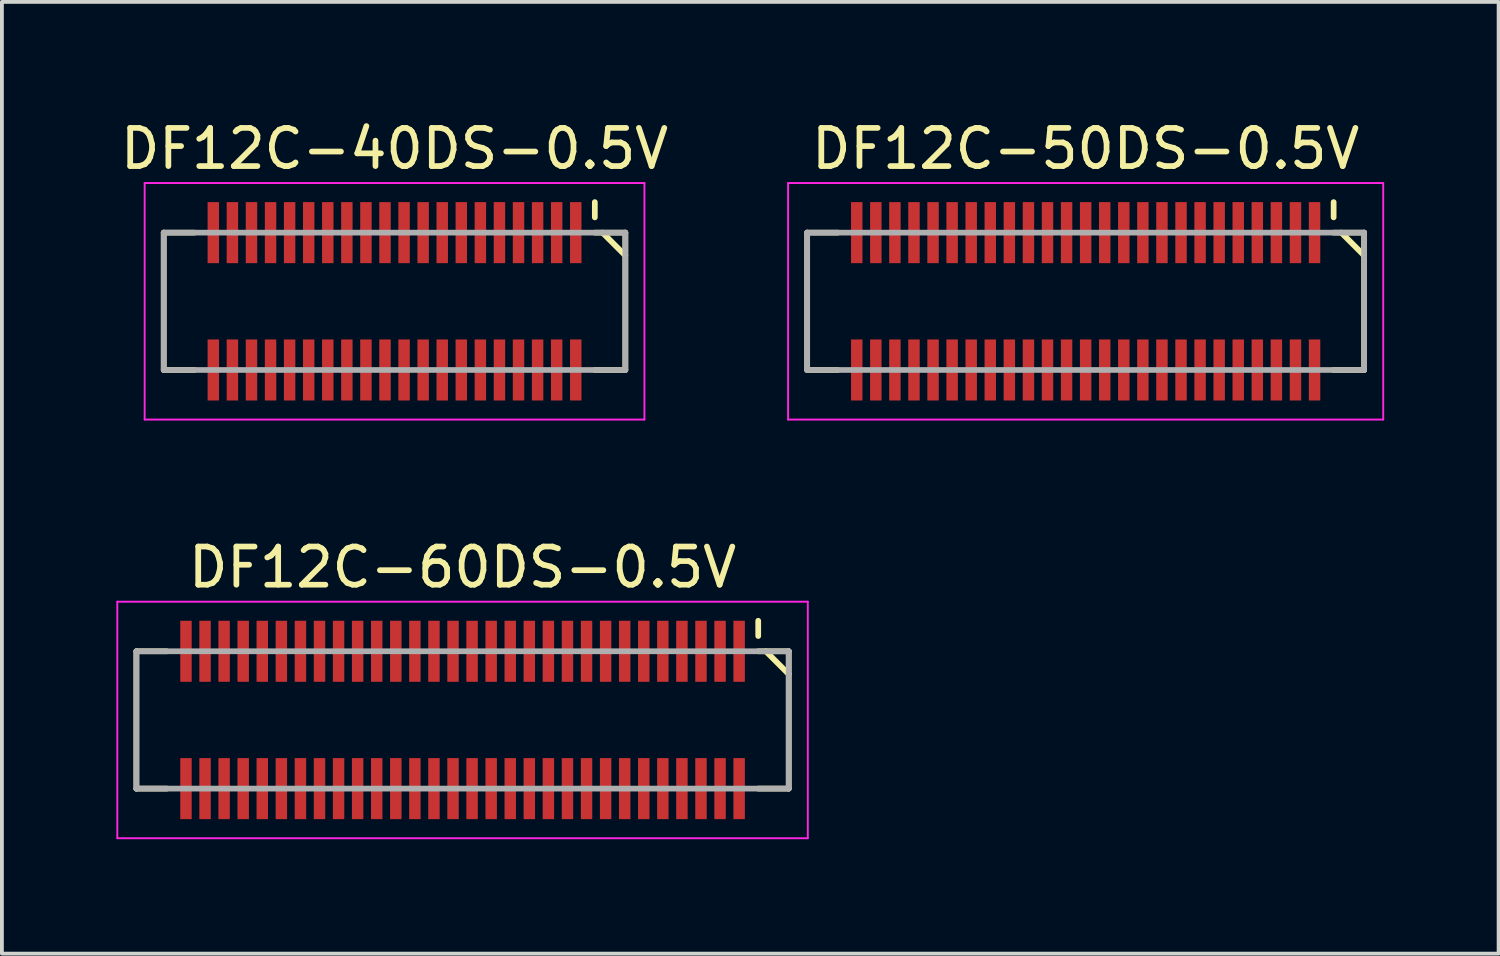
<source format=kicad_pcb>
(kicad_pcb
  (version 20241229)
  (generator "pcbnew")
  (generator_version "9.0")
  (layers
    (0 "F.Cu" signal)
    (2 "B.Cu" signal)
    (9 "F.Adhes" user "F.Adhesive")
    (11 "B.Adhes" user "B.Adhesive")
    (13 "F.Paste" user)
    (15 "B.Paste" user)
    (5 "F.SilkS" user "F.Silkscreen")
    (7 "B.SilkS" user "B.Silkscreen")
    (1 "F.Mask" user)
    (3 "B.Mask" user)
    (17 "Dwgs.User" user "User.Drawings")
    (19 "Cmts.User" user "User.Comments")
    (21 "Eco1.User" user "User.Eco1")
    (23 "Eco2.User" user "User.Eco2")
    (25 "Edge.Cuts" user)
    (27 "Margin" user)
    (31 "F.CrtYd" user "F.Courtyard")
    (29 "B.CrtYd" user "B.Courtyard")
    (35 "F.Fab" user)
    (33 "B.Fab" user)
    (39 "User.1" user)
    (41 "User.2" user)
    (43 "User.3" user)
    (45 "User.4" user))
  (footprint "DF12C-40DS-0.5V"
    (layer "F.Cu")
    (at 7.292 4.848)
    (property "Reference" "DF12C-40DS-0.5V" (at 0 -4 0) (layer "F.SilkS") (effects (font (size 1 1) (thickness 0.15))))
    (attr smd)
    (fp_line (start -6.05 -1.8) (end -6.05 1.8) (stroke (width 0.15) (type solid)) (layer "F.SilkS"))
    (fp_line (start -6.05 -1.8) (end -5.25 -1.8) (stroke (width 0.15) (type solid)) (layer "F.SilkS"))
    (fp_line (start -6.05 1.8) (end -5.25 1.8) (stroke (width 0.15) (type solid)) (layer "F.SilkS"))
    (fp_line (start 5.25 -2.6) (end 5.25 -2.2) (stroke (width 0.15) (type solid)) (layer "F.SilkS"))
    (fp_line (start 5.25 -1.8) (end 6.05 -1.8) (stroke (width 0.15) (type solid)) (layer "F.SilkS"))
    (fp_line (start 5.25 1.8) (end 6.05 1.8) (stroke (width 0.15) (type solid)) (layer "F.SilkS"))
    (fp_line (start 5.45 -1.8) (end 6.05 -1.2) (stroke (width 0.15) (type solid)) (layer "F.SilkS"))
    (fp_line (start 6.05 -1.8) (end 6.05 1.8) (stroke (width 0.15) (type solid)) (layer "F.SilkS"))
    (fp_line (start -6.55 -3.1) (end -6.55 3.1) (stroke (width 0.05) (type solid)) (layer "F.CrtYd"))
    (fp_line (start -6.55 -3.1) (end 6.55 -3.1) (stroke (width 0.05) (type solid)) (layer "F.CrtYd"))
    (fp_line (start -6.55 3.1) (end 6.55 3.1) (stroke (width 0.05) (type solid)) (layer "F.CrtYd"))
    (fp_line (start 6.55 -3.1) (end 6.55 3.1) (stroke (width 0.05) (type solid)) (layer "F.CrtYd"))
    (fp_line (start -6.05 -1.8) (end -6.05 1.8) (stroke (width 0.15) (type solid)) (layer "F.Fab"))
    (fp_line (start -6.05 -1.8) (end 6.05 -1.8) (stroke (width 0.15) (type solid)) (layer "F.Fab"))
    (fp_line (start -6.05 1.8) (end 6.05 1.8) (stroke (width 0.15) (type solid)) (layer "F.Fab"))
    (fp_line (start 6.05 -1.8) (end 6.05 1.8) (stroke (width 0.15) (type solid)) (layer "F.Fab"))
    (pad "1" smd rect (at 4.75 -1.8) (size 0.3 1.6) (layers "F.Cu" "F.Mask" "F.Paste"))
    (pad "2" smd rect (at 4.75 1.8) (size 0.3 1.6) (layers "F.Cu" "F.Mask" "F.Paste"))
    (pad "3" smd rect (at 4.25 -1.8) (size 0.3 1.6) (layers "F.Cu" "F.Mask" "F.Paste"))
    (pad "4" smd rect (at 4.25 1.8) (size 0.3 1.6) (layers "F.Cu" "F.Mask" "F.Paste"))
    (pad "5" smd rect (at 3.75 -1.8) (size 0.3 1.6) (layers "F.Cu" "F.Mask" "F.Paste"))
    (pad "6" smd rect (at 3.75 1.8) (size 0.3 1.6) (layers "F.Cu" "F.Mask" "F.Paste"))
    (pad "7" smd rect (at 3.25 -1.8) (size 0.3 1.6) (layers "F.Cu" "F.Mask" "F.Paste"))
    (pad "8" smd rect (at 3.25 1.8) (size 0.3 1.6) (layers "F.Cu" "F.Mask" "F.Paste"))
    (pad "9" smd rect (at 2.75 -1.8) (size 0.3 1.6) (layers "F.Cu" "F.Mask" "F.Paste"))
    (pad "10" smd rect (at 2.75 1.8) (size 0.3 1.6) (layers "F.Cu" "F.Mask" "F.Paste"))
    (pad "11" smd rect (at 2.25 -1.8) (size 0.3 1.6) (layers "F.Cu" "F.Mask" "F.Paste"))
    (pad "12" smd rect (at 2.25 1.8) (size 0.3 1.6) (layers "F.Cu" "F.Mask" "F.Paste"))
    (pad "13" smd rect (at 1.75 -1.8) (size 0.3 1.6) (layers "F.Cu" "F.Mask" "F.Paste"))
    (pad "14" smd rect (at 1.75 1.8) (size 0.3 1.6) (layers "F.Cu" "F.Mask" "F.Paste"))
    (pad "15" smd rect (at 1.25 -1.8) (size 0.3 1.6) (layers "F.Cu" "F.Mask" "F.Paste"))
    (pad "16" smd rect (at 1.25 1.8) (size 0.3 1.6) (layers "F.Cu" "F.Mask" "F.Paste"))
    (pad "17" smd rect (at 0.75 -1.8) (size 0.3 1.6) (layers "F.Cu" "F.Mask" "F.Paste"))
    (pad "18" smd rect (at 0.75 1.8) (size 0.3 1.6) (layers "F.Cu" "F.Mask" "F.Paste"))
    (pad "19" smd rect (at 0.25 -1.8) (size 0.3 1.6) (layers "F.Cu" "F.Mask" "F.Paste"))
    (pad "20" smd rect (at 0.25 1.8) (size 0.3 1.6) (layers "F.Cu" "F.Mask" "F.Paste"))
    (pad "21" smd rect (at -0.25 -1.8) (size 0.3 1.6) (layers "F.Cu" "F.Mask" "F.Paste"))
    (pad "22" smd rect (at -0.25 1.8) (size 0.3 1.6) (layers "F.Cu" "F.Mask" "F.Paste"))
    (pad "23" smd rect (at -0.75 -1.8) (size 0.3 1.6) (layers "F.Cu" "F.Mask" "F.Paste"))
    (pad "24" smd rect (at -0.75 1.8) (size 0.3 1.6) (layers "F.Cu" "F.Mask" "F.Paste"))
    (pad "25" smd rect (at -1.25 -1.8) (size 0.3 1.6) (layers "F.Cu" "F.Mask" "F.Paste"))
    (pad "26" smd rect (at -1.25 1.8) (size 0.3 1.6) (layers "F.Cu" "F.Mask" "F.Paste"))
    (pad "27" smd rect (at -1.75 -1.8) (size 0.3 1.6) (layers "F.Cu" "F.Mask" "F.Paste"))
    (pad "28" smd rect (at -1.75 1.8) (size 0.3 1.6) (layers "F.Cu" "F.Mask" "F.Paste"))
    (pad "29" smd rect (at -2.25 -1.8) (size 0.3 1.6) (layers "F.Cu" "F.Mask" "F.Paste"))
    (pad "30" smd rect (at -2.25 1.8) (size 0.3 1.6) (layers "F.Cu" "F.Mask" "F.Paste"))
    (pad "31" smd rect (at -2.75 -1.8) (size 0.3 1.6) (layers "F.Cu" "F.Mask" "F.Paste"))
    (pad "32" smd rect (at -2.75 1.8) (size 0.3 1.6) (layers "F.Cu" "F.Mask" "F.Paste"))
    (pad "33" smd rect (at -3.25 -1.8) (size 0.3 1.6) (layers "F.Cu" "F.Mask" "F.Paste"))
    (pad "34" smd rect (at -3.25 1.8) (size 0.3 1.6) (layers "F.Cu" "F.Mask" "F.Paste"))
    (pad "35" smd rect (at -3.75 -1.8) (size 0.3 1.6) (layers "F.Cu" "F.Mask" "F.Paste"))
    (pad "36" smd rect (at -3.75 1.8) (size 0.3 1.6) (layers "F.Cu" "F.Mask" "F.Paste"))
    (pad "37" smd rect (at -4.25 -1.8) (size 0.3 1.6) (layers "F.Cu" "F.Mask" "F.Paste"))
    (pad "38" smd rect (at -4.25 1.8) (size 0.3 1.6) (layers "F.Cu" "F.Mask" "F.Paste"))
    (pad "39" smd rect (at -4.75 -1.8) (size 0.3 1.6) (layers "F.Cu" "F.Mask" "F.Paste"))
    (pad "40" smd rect (at -4.75 1.8) (size 0.3 1.6) (layers "F.Cu" "F.Mask" "F.Paste")))
  (footprint "DF12C-50DS-0.5V"
    (layer "F.Cu")
    (at 25.408 4.848)
    (property "Reference" "DF12C-50DS-0.5V" (at 0 -4 0) (layer "F.SilkS") (effects (font (size 1 1) (thickness 0.15))))
    (attr smd)
    (fp_line (start -7.3 -1.8) (end -7.3 1.8) (stroke (width 0.15) (type solid)) (layer "F.SilkS"))
    (fp_line (start -7.3 -1.8) (end -6.5 -1.8) (stroke (width 0.15) (type solid)) (layer "F.SilkS"))
    (fp_line (start -7.3 1.8) (end -6.5 1.8) (stroke (width 0.15) (type solid)) (layer "F.SilkS"))
    (fp_line (start 6.5 -2.6) (end 6.5 -2.2) (stroke (width 0.15) (type solid)) (layer "F.SilkS"))
    (fp_line (start 6.5 -1.8) (end 7.3 -1.8) (stroke (width 0.15) (type solid)) (layer "F.SilkS"))
    (fp_line (start 6.5 1.8) (end 7.3 1.8) (stroke (width 0.15) (type solid)) (layer "F.SilkS"))
    (fp_line (start 6.7 -1.8) (end 7.3 -1.2) (stroke (width 0.15) (type solid)) (layer "F.SilkS"))
    (fp_line (start 7.3 -1.8) (end 7.3 1.8) (stroke (width 0.15) (type solid)) (layer "F.SilkS"))
    (fp_line (start -7.8 -3.1) (end -7.8 3.1) (stroke (width 0.05) (type solid)) (layer "F.CrtYd"))
    (fp_line (start -7.8 -3.1) (end 7.8 -3.1) (stroke (width 0.05) (type solid)) (layer "F.CrtYd"))
    (fp_line (start -7.8 3.1) (end 7.8 3.1) (stroke (width 0.05) (type solid)) (layer "F.CrtYd"))
    (fp_line (start 7.8 -3.1) (end 7.8 3.1) (stroke (width 0.05) (type solid)) (layer "F.CrtYd"))
    (fp_line (start -7.3 -1.8) (end -7.3 1.8) (stroke (width 0.15) (type solid)) (layer "F.Fab"))
    (fp_line (start -7.3 -1.8) (end 7.3 -1.8) (stroke (width 0.15) (type solid)) (layer "F.Fab"))
    (fp_line (start -7.3 1.8) (end 7.3 1.8) (stroke (width 0.15) (type solid)) (layer "F.Fab"))
    (fp_line (start 7.3 -1.8) (end 7.3 1.8) (stroke (width 0.15) (type solid)) (layer "F.Fab"))
    (pad "1" smd rect (at 6 -1.8) (size 0.3 1.6) (layers "F.Cu" "F.Mask" "F.Paste"))
    (pad "2" smd rect (at 6 1.8) (size 0.3 1.6) (layers "F.Cu" "F.Mask" "F.Paste"))
    (pad "3" smd rect (at 5.5 -1.8) (size 0.3 1.6) (layers "F.Cu" "F.Mask" "F.Paste"))
    (pad "4" smd rect (at 5.5 1.8) (size 0.3 1.6) (layers "F.Cu" "F.Mask" "F.Paste"))
    (pad "5" smd rect (at 5 -1.8) (size 0.3 1.6) (layers "F.Cu" "F.Mask" "F.Paste"))
    (pad "6" smd rect (at 5 1.8) (size 0.3 1.6) (layers "F.Cu" "F.Mask" "F.Paste"))
    (pad "7" smd rect (at 4.5 -1.8) (size 0.3 1.6) (layers "F.Cu" "F.Mask" "F.Paste"))
    (pad "8" smd rect (at 4.5 1.8) (size 0.3 1.6) (layers "F.Cu" "F.Mask" "F.Paste"))
    (pad "9" smd rect (at 4 -1.8) (size 0.3 1.6) (layers "F.Cu" "F.Mask" "F.Paste"))
    (pad "10" smd rect (at 4 1.8) (size 0.3 1.6) (layers "F.Cu" "F.Mask" "F.Paste"))
    (pad "11" smd rect (at 3.5 -1.8) (size 0.3 1.6) (layers "F.Cu" "F.Mask" "F.Paste"))
    (pad "12" smd rect (at 3.5 1.8) (size 0.3 1.6) (layers "F.Cu" "F.Mask" "F.Paste"))
    (pad "13" smd rect (at 3 -1.8) (size 0.3 1.6) (layers "F.Cu" "F.Mask" "F.Paste"))
    (pad "14" smd rect (at 3 1.8) (size 0.3 1.6) (layers "F.Cu" "F.Mask" "F.Paste"))
    (pad "15" smd rect (at 2.5 -1.8) (size 0.3 1.6) (layers "F.Cu" "F.Mask" "F.Paste"))
    (pad "16" smd rect (at 2.5 1.8) (size 0.3 1.6) (layers "F.Cu" "F.Mask" "F.Paste"))
    (pad "17" smd rect (at 2 -1.8) (size 0.3 1.6) (layers "F.Cu" "F.Mask" "F.Paste"))
    (pad "18" smd rect (at 2 1.8) (size 0.3 1.6) (layers "F.Cu" "F.Mask" "F.Paste"))
    (pad "19" smd rect (at 1.5 -1.8) (size 0.3 1.6) (layers "F.Cu" "F.Mask" "F.Paste"))
    (pad "20" smd rect (at 1.5 1.8) (size 0.3 1.6) (layers "F.Cu" "F.Mask" "F.Paste"))
    (pad "21" smd rect (at 1 -1.8) (size 0.3 1.6) (layers "F.Cu" "F.Mask" "F.Paste"))
    (pad "22" smd rect (at 1 1.8) (size 0.3 1.6) (layers "F.Cu" "F.Mask" "F.Paste"))
    (pad "23" smd rect (at 0.5 -1.8) (size 0.3 1.6) (layers "F.Cu" "F.Mask" "F.Paste"))
    (pad "24" smd rect (at 0.5 1.8) (size 0.3 1.6) (layers "F.Cu" "F.Mask" "F.Paste"))
    (pad "25" smd rect (at 0 -1.8) (size 0.3 1.6) (layers "F.Cu" "F.Mask" "F.Paste"))
    (pad "26" smd rect (at 0 1.8) (size 0.3 1.6) (layers "F.Cu" "F.Mask" "F.Paste"))
    (pad "27" smd rect (at -0.5 -1.8) (size 0.3 1.6) (layers "F.Cu" "F.Mask" "F.Paste"))
    (pad "28" smd rect (at -0.5 1.8) (size 0.3 1.6) (layers "F.Cu" "F.Mask" "F.Paste"))
    (pad "29" smd rect (at -1 -1.8) (size 0.3 1.6) (layers "F.Cu" "F.Mask" "F.Paste"))
    (pad "30" smd rect (at -1 1.8) (size 0.3 1.6) (layers "F.Cu" "F.Mask" "F.Paste"))
    (pad "31" smd rect (at -1.5 -1.8) (size 0.3 1.6) (layers "F.Cu" "F.Mask" "F.Paste"))
    (pad "32" smd rect (at -1.5 1.8) (size 0.3 1.6) (layers "F.Cu" "F.Mask" "F.Paste"))
    (pad "33" smd rect (at -2 -1.8) (size 0.3 1.6) (layers "F.Cu" "F.Mask" "F.Paste"))
    (pad "34" smd rect (at -2 1.8) (size 0.3 1.6) (layers "F.Cu" "F.Mask" "F.Paste"))
    (pad "35" smd rect (at -2.5 -1.8) (size 0.3 1.6) (layers "F.Cu" "F.Mask" "F.Paste"))
    (pad "36" smd rect (at -2.5 1.8) (size 0.3 1.6) (layers "F.Cu" "F.Mask" "F.Paste"))
    (pad "37" smd rect (at -3 -1.8) (size 0.3 1.6) (layers "F.Cu" "F.Mask" "F.Paste"))
    (pad "38" smd rect (at -3 1.8) (size 0.3 1.6) (layers "F.Cu" "F.Mask" "F.Paste"))
    (pad "39" smd rect (at -3.5 -1.8) (size 0.3 1.6) (layers "F.Cu" "F.Mask" "F.Paste"))
    (pad "40" smd rect (at -3.5 1.8) (size 0.3 1.6) (layers "F.Cu" "F.Mask" "F.Paste"))
    (pad "41" smd rect (at -4 -1.8) (size 0.3 1.6) (layers "F.Cu" "F.Mask" "F.Paste"))
    (pad "42" smd rect (at -4 1.8) (size 0.3 1.6) (layers "F.Cu" "F.Mask" "F.Paste"))
    (pad "43" smd rect (at -4.5 -1.8) (size 0.3 1.6) (layers "F.Cu" "F.Mask" "F.Paste"))
    (pad "44" smd rect (at -4.5 1.8) (size 0.3 1.6) (layers "F.Cu" "F.Mask" "F.Paste"))
    (pad "45" smd rect (at -5 -1.8) (size 0.3 1.6) (layers "F.Cu" "F.Mask" "F.Paste"))
    (pad "46" smd rect (at -5 1.8) (size 0.3 1.6) (layers "F.Cu" "F.Mask" "F.Paste"))
    (pad "47" smd rect (at -5.5 -1.8) (size 0.3 1.6) (layers "F.Cu" "F.Mask" "F.Paste"))
    (pad "48" smd rect (at -5.5 1.8) (size 0.3 1.6) (layers "F.Cu" "F.Mask" "F.Paste"))
    (pad "49" smd rect (at -6 -1.8) (size 0.3 1.6) (layers "F.Cu" "F.Mask" "F.Paste"))
    (pad "50" smd rect (at -6 1.8) (size 0.3 1.6) (layers "F.Cu" "F.Mask" "F.Paste")))
  (footprint "DF12C-60DS-0.5V"
    (layer "F.Cu")
    (at 9.075 15.822)
    (property "Reference" "DF12C-60DS-0.5V" (at 0 -4 0) (layer "F.SilkS") (effects (font (size 1 1) (thickness 0.15))))
    (attr smd)
    (fp_line (start -8.55 -1.8) (end -8.55 1.8) (stroke (width 0.15) (type solid)) (layer "F.SilkS"))
    (fp_line (start -8.55 -1.8) (end -7.75 -1.8) (stroke (width 0.15) (type solid)) (layer "F.SilkS"))
    (fp_line (start -8.55 1.8) (end -7.75 1.8) (stroke (width 0.15) (type solid)) (layer "F.SilkS"))
    (fp_line (start 7.75 -2.6) (end 7.75 -2.2) (stroke (width 0.15) (type solid)) (layer "F.SilkS"))
    (fp_line (start 7.75 -1.8) (end 8.55 -1.8) (stroke (width 0.15) (type solid)) (layer "F.SilkS"))
    (fp_line (start 7.75 1.8) (end 8.55 1.8) (stroke (width 0.15) (type solid)) (layer "F.SilkS"))
    (fp_line (start 7.95 -1.8) (end 8.55 -1.2) (stroke (width 0.15) (type solid)) (layer "F.SilkS"))
    (fp_line (start 8.55 -1.8) (end 8.55 1.8) (stroke (width 0.15) (type solid)) (layer "F.SilkS"))
    (fp_line (start -9.05 -3.1) (end -9.05 3.1) (stroke (width 0.05) (type solid)) (layer "F.CrtYd"))
    (fp_line (start -9.05 -3.1) (end 9.05 -3.1) (stroke (width 0.05) (type solid)) (layer "F.CrtYd"))
    (fp_line (start -9.05 3.1) (end 9.05 3.1) (stroke (width 0.05) (type solid)) (layer "F.CrtYd"))
    (fp_line (start 9.05 -3.1) (end 9.05 3.1) (stroke (width 0.05) (type solid)) (layer "F.CrtYd"))
    (fp_line (start -8.55 -1.8) (end -8.55 1.8) (stroke (width 0.15) (type solid)) (layer "F.Fab"))
    (fp_line (start -8.55 -1.8) (end 8.55 -1.8) (stroke (width 0.15) (type solid)) (layer "F.Fab"))
    (fp_line (start -8.55 1.8) (end 8.55 1.8) (stroke (width 0.15) (type solid)) (layer "F.Fab"))
    (fp_line (start 8.55 -1.8) (end 8.55 1.8) (stroke (width 0.15) (type solid)) (layer "F.Fab"))
    (pad "1" smd rect (at 7.25 -1.8) (size 0.3 1.6) (layers "F.Cu" "F.Mask" "F.Paste"))
    (pad "2" smd rect (at 7.25 1.8) (size 0.3 1.6) (layers "F.Cu" "F.Mask" "F.Paste"))
    (pad "3" smd rect (at 6.75 -1.8) (size 0.3 1.6) (layers "F.Cu" "F.Mask" "F.Paste"))
    (pad "4" smd rect (at 6.75 1.8) (size 0.3 1.6) (layers "F.Cu" "F.Mask" "F.Paste"))
    (pad "5" smd rect (at 6.25 -1.8) (size 0.3 1.6) (layers "F.Cu" "F.Mask" "F.Paste"))
    (pad "6" smd rect (at 6.25 1.8) (size 0.3 1.6) (layers "F.Cu" "F.Mask" "F.Paste"))
    (pad "7" smd rect (at 5.75 -1.8) (size 0.3 1.6) (layers "F.Cu" "F.Mask" "F.Paste"))
    (pad "8" smd rect (at 5.75 1.8) (size 0.3 1.6) (layers "F.Cu" "F.Mask" "F.Paste"))
    (pad "9" smd rect (at 5.25 -1.8) (size 0.3 1.6) (layers "F.Cu" "F.Mask" "F.Paste"))
    (pad "10" smd rect (at 5.25 1.8) (size 0.3 1.6) (layers "F.Cu" "F.Mask" "F.Paste"))
    (pad "11" smd rect (at 4.75 -1.8) (size 0.3 1.6) (layers "F.Cu" "F.Mask" "F.Paste"))
    (pad "12" smd rect (at 4.75 1.8) (size 0.3 1.6) (layers "F.Cu" "F.Mask" "F.Paste"))
    (pad "13" smd rect (at 4.25 -1.8) (size 0.3 1.6) (layers "F.Cu" "F.Mask" "F.Paste"))
    (pad "14" smd rect (at 4.25 1.8) (size 0.3 1.6) (layers "F.Cu" "F.Mask" "F.Paste"))
    (pad "15" smd rect (at 3.75 -1.8) (size 0.3 1.6) (layers "F.Cu" "F.Mask" "F.Paste"))
    (pad "16" smd rect (at 3.75 1.8) (size 0.3 1.6) (layers "F.Cu" "F.Mask" "F.Paste"))
    (pad "17" smd rect (at 3.25 -1.8) (size 0.3 1.6) (layers "F.Cu" "F.Mask" "F.Paste"))
    (pad "18" smd rect (at 3.25 1.8) (size 0.3 1.6) (layers "F.Cu" "F.Mask" "F.Paste"))
    (pad "19" smd rect (at 2.75 -1.8) (size 0.3 1.6) (layers "F.Cu" "F.Mask" "F.Paste"))
    (pad "20" smd rect (at 2.75 1.8) (size 0.3 1.6) (layers "F.Cu" "F.Mask" "F.Paste"))
    (pad "21" smd rect (at 2.25 -1.8) (size 0.3 1.6) (layers "F.Cu" "F.Mask" "F.Paste"))
    (pad "22" smd rect (at 2.25 1.8) (size 0.3 1.6) (layers "F.Cu" "F.Mask" "F.Paste"))
    (pad "23" smd rect (at 1.75 -1.8) (size 0.3 1.6) (layers "F.Cu" "F.Mask" "F.Paste"))
    (pad "24" smd rect (at 1.75 1.8) (size 0.3 1.6) (layers "F.Cu" "F.Mask" "F.Paste"))
    (pad "25" smd rect (at 1.25 -1.8) (size 0.3 1.6) (layers "F.Cu" "F.Mask" "F.Paste"))
    (pad "26" smd rect (at 1.25 1.8) (size 0.3 1.6) (layers "F.Cu" "F.Mask" "F.Paste"))
    (pad "27" smd rect (at 0.75 -1.8) (size 0.3 1.6) (layers "F.Cu" "F.Mask" "F.Paste"))
    (pad "28" smd rect (at 0.75 1.8) (size 0.3 1.6) (layers "F.Cu" "F.Mask" "F.Paste"))
    (pad "29" smd rect (at 0.25 -1.8) (size 0.3 1.6) (layers "F.Cu" "F.Mask" "F.Paste"))
    (pad "30" smd rect (at 0.25 1.8) (size 0.3 1.6) (layers "F.Cu" "F.Mask" "F.Paste"))
    (pad "31" smd rect (at -0.25 -1.8) (size 0.3 1.6) (layers "F.Cu" "F.Mask" "F.Paste"))
    (pad "32" smd rect (at -0.25 1.8) (size 0.3 1.6) (layers "F.Cu" "F.Mask" "F.Paste"))
    (pad "33" smd rect (at -0.75 -1.8) (size 0.3 1.6) (layers "F.Cu" "F.Mask" "F.Paste"))
    (pad "34" smd rect (at -0.75 1.8) (size 0.3 1.6) (layers "F.Cu" "F.Mask" "F.Paste"))
    (pad "35" smd rect (at -1.25 -1.8) (size 0.3 1.6) (layers "F.Cu" "F.Mask" "F.Paste"))
    (pad "36" smd rect (at -1.25 1.8) (size 0.3 1.6) (layers "F.Cu" "F.Mask" "F.Paste"))
    (pad "37" smd rect (at -1.75 -1.8) (size 0.3 1.6) (layers "F.Cu" "F.Mask" "F.Paste"))
    (pad "38" smd rect (at -1.75 1.8) (size 0.3 1.6) (layers "F.Cu" "F.Mask" "F.Paste"))
    (pad "39" smd rect (at -2.25 -1.8) (size 0.3 1.6) (layers "F.Cu" "F.Mask" "F.Paste"))
    (pad "40" smd rect (at -2.25 1.8) (size 0.3 1.6) (layers "F.Cu" "F.Mask" "F.Paste"))
    (pad "41" smd rect (at -2.75 -1.8) (size 0.3 1.6) (layers "F.Cu" "F.Mask" "F.Paste"))
    (pad "42" smd rect (at -2.75 1.8) (size 0.3 1.6) (layers "F.Cu" "F.Mask" "F.Paste"))
    (pad "43" smd rect (at -3.25 -1.8) (size 0.3 1.6) (layers "F.Cu" "F.Mask" "F.Paste"))
    (pad "44" smd rect (at -3.25 1.8) (size 0.3 1.6) (layers "F.Cu" "F.Mask" "F.Paste"))
    (pad "45" smd rect (at -3.75 -1.8) (size 0.3 1.6) (layers "F.Cu" "F.Mask" "F.Paste"))
    (pad "46" smd rect (at -3.75 1.8) (size 0.3 1.6) (layers "F.Cu" "F.Mask" "F.Paste"))
    (pad "47" smd rect (at -4.25 -1.8) (size 0.3 1.6) (layers "F.Cu" "F.Mask" "F.Paste"))
    (pad "48" smd rect (at -4.25 1.8) (size 0.3 1.6) (layers "F.Cu" "F.Mask" "F.Paste"))
    (pad "49" smd rect (at -4.75 -1.8) (size 0.3 1.6) (layers "F.Cu" "F.Mask" "F.Paste"))
    (pad "50" smd rect (at -4.75 1.8) (size 0.3 1.6) (layers "F.Cu" "F.Mask" "F.Paste"))
    (pad "51" smd rect (at -5.25 -1.8) (size 0.3 1.6) (layers "F.Cu" "F.Mask" "F.Paste"))
    (pad "52" smd rect (at -5.25 1.8) (size 0.3 1.6) (layers "F.Cu" "F.Mask" "F.Paste"))
    (pad "53" smd rect (at -5.75 -1.8) (size 0.3 1.6) (layers "F.Cu" "F.Mask" "F.Paste"))
    (pad "54" smd rect (at -5.75 1.8) (size 0.3 1.6) (layers "F.Cu" "F.Mask" "F.Paste"))
    (pad "55" smd rect (at -6.25 -1.8) (size 0.3 1.6) (layers "F.Cu" "F.Mask" "F.Paste"))
    (pad "56" smd rect (at -6.25 1.8) (size 0.3 1.6) (layers "F.Cu" "F.Mask" "F.Paste"))
    (pad "57" smd rect (at -6.75 -1.8) (size 0.3 1.6) (layers "F.Cu" "F.Mask" "F.Paste"))
    (pad "58" smd rect (at -6.75 1.8) (size 0.3 1.6) (layers "F.Cu" "F.Mask" "F.Paste"))
    (pad "59" smd rect (at -7.25 -1.8) (size 0.3 1.6) (layers "F.Cu" "F.Mask" "F.Paste"))
    (pad "60" smd rect (at -7.25 1.8) (size 0.3 1.6) (layers "F.Cu" "F.Mask" "F.Paste")))
  (gr_rect
    (start -3 -3)
    (end 36.233 21.947)
    (stroke (width 0.1) (type default))
    (fill no)
    (layer "Edge.Cuts")))
</source>
